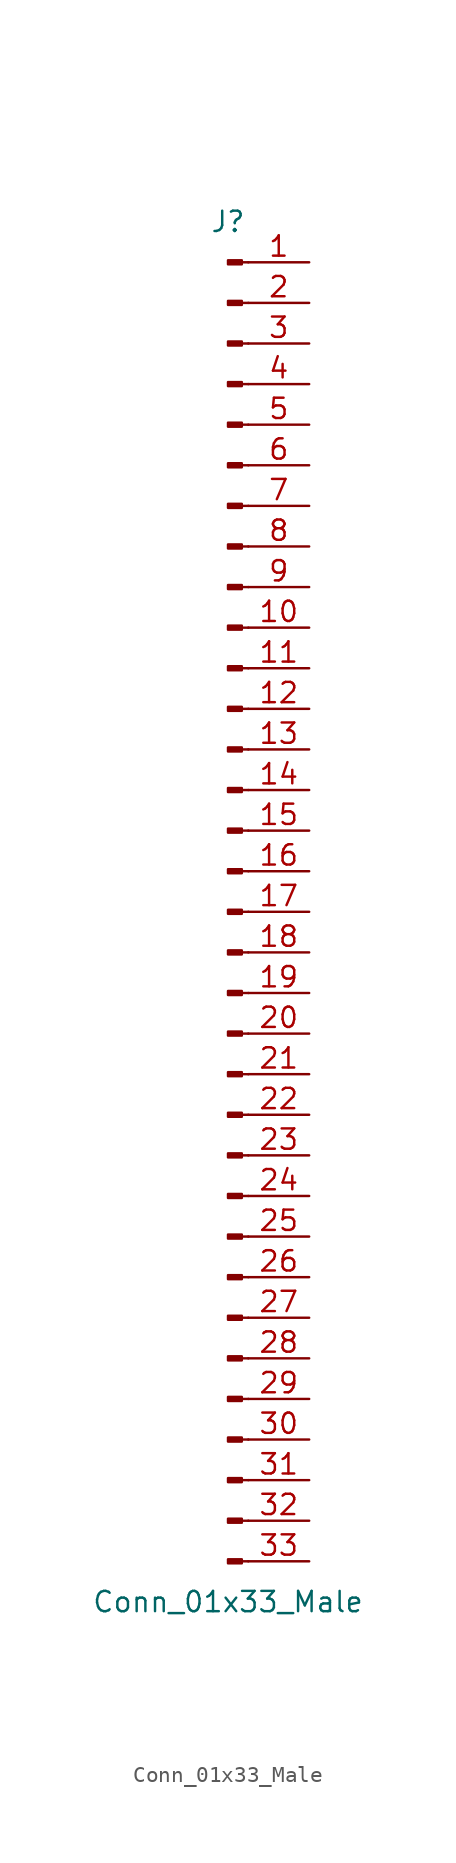
<source format=kicad_sym>
(kicad_symbol_lib
  (version 20220914)
  (generator kicad_symbol_editor)
  (symbol "Conn_01x33_Male"
    (pin_names
      (offset 1.016) hide)
    (property "Reference" "J"
      (at 0 43.18 0)
      (effects (font (size 1.27 1.27))))
    (property "Value" "Conn_01x33_Male"
      (at 0 -43.18 0)
      (effects (font (size 1.27 1.27))))
    (symbol "Conn_01x33_Male_1_1"
      (polyline (pts (xy 1.27 -40.64) (xy 0.864 -40.64)) (stroke (width 0.152) (type solid)) (fill (type none)))
      (polyline (pts (xy 1.27 -38.1) (xy 0.864 -38.1)) (stroke (width 0.152) (type solid)) (fill (type none)))
      (polyline (pts (xy 1.27 -35.56) (xy 0.864 -35.56)) (stroke (width 0.152) (type solid)) (fill (type none)))
      (polyline (pts (xy 1.27 -33.02) (xy 0.864 -33.02)) (stroke (width 0.152) (type solid)) (fill (type none)))
      (polyline (pts (xy 1.27 -30.48) (xy 0.864 -30.48)) (stroke (width 0.152) (type solid)) (fill (type none)))
      (polyline (pts (xy 1.27 -27.94) (xy 0.864 -27.94)) (stroke (width 0.152) (type solid)) (fill (type none)))
      (polyline (pts (xy 1.27 -25.4) (xy 0.864 -25.4)) (stroke (width 0.152) (type solid)) (fill (type none)))
      (polyline (pts (xy 1.27 -22.86) (xy 0.864 -22.86)) (stroke (width 0.152) (type solid)) (fill (type none)))
      (polyline (pts (xy 1.27 -20.32) (xy 0.864 -20.32)) (stroke (width 0.152) (type solid)) (fill (type none)))
      (polyline (pts (xy 1.27 -17.78) (xy 0.864 -17.78)) (stroke (width 0.152) (type solid)) (fill (type none)))
      (polyline (pts (xy 1.27 -15.24) (xy 0.864 -15.24)) (stroke (width 0.152) (type solid)) (fill (type none)))
      (polyline (pts (xy 1.27 -12.7) (xy 0.864 -12.7)) (stroke (width 0.152) (type solid)) (fill (type none)))
      (polyline (pts (xy 1.27 -10.16) (xy 0.864 -10.16)) (stroke (width 0.152) (type solid)) (fill (type none)))
      (polyline (pts (xy 1.27 -7.62) (xy 0.864 -7.62)) (stroke (width 0.152) (type solid)) (fill (type none)))
      (polyline (pts (xy 1.27 -5.08) (xy 0.864 -5.08)) (stroke (width 0.152) (type solid)) (fill (type none)))
      (polyline (pts (xy 1.27 -2.54) (xy 0.864 -2.54)) (stroke (width 0.152) (type solid)) (fill (type none)))
      (polyline (pts (xy 1.27 0) (xy 0.864 0)) (stroke (width 0.152) (type solid)) (fill (type none)))
      (polyline (pts (xy 1.27 2.54) (xy 0.864 2.54)) (stroke (width 0.152) (type solid)) (fill (type none)))
      (polyline (pts (xy 1.27 5.08) (xy 0.864 5.08)) (stroke (width 0.152) (type solid)) (fill (type none)))
      (polyline (pts (xy 1.27 7.62) (xy 0.864 7.62)) (stroke (width 0.152) (type solid)) (fill (type none)))
      (polyline (pts (xy 1.27 10.16) (xy 0.864 10.16)) (stroke (width 0.152) (type solid)) (fill (type none)))
      (polyline (pts (xy 1.27 12.7) (xy 0.864 12.7)) (stroke (width 0.152) (type solid)) (fill (type none)))
      (polyline (pts (xy 1.27 15.24) (xy 0.864 15.24)) (stroke (width 0.152) (type solid)) (fill (type none)))
      (polyline (pts (xy 1.27 17.78) (xy 0.864 17.78)) (stroke (width 0.152) (type solid)) (fill (type none)))
      (polyline (pts (xy 1.27 20.32) (xy 0.864 20.32)) (stroke (width 0.152) (type solid)) (fill (type none)))
      (polyline (pts (xy 1.27 22.86) (xy 0.864 22.86)) (stroke (width 0.152) (type solid)) (fill (type none)))
      (polyline (pts (xy 1.27 25.4) (xy 0.864 25.4)) (stroke (width 0.152) (type solid)) (fill (type none)))
      (polyline (pts (xy 1.27 27.94) (xy 0.864 27.94)) (stroke (width 0.152) (type solid)) (fill (type none)))
      (polyline (pts (xy 1.27 30.48) (xy 0.864 30.48)) (stroke (width 0.152) (type solid)) (fill (type none)))
      (polyline (pts (xy 1.27 33.02) (xy 0.864 33.02)) (stroke (width 0.152) (type solid)) (fill (type none)))
      (polyline (pts (xy 1.27 35.56) (xy 0.864 35.56)) (stroke (width 0.152) (type solid)) (fill (type none)))
      (polyline (pts (xy 1.27 38.1) (xy 0.864 38.1)) (stroke (width 0.152) (type solid)) (fill (type none)))
      (polyline (pts (xy 1.27 40.64) (xy 0.864 40.64)) (stroke (width 0.152) (type solid)) (fill (type none)))
      (rectangle (start 0.864 -40.513) (end 0 -40.767) (stroke (width 0.152) (type solid)) (fill (type outline)))
      (rectangle (start 0.864 -37.973) (end 0 -38.227) (stroke (width 0.152) (type solid)) (fill (type outline)))
      (rectangle (start 0.864 -35.433) (end 0 -35.687) (stroke (width 0.152) (type solid)) (fill (type outline)))
      (rectangle (start 0.864 -32.893) (end 0 -33.147) (stroke (width 0.152) (type solid)) (fill (type outline)))
      (rectangle (start 0.864 -30.353) (end 0 -30.607) (stroke (width 0.152) (type solid)) (fill (type outline)))
      (rectangle (start 0.864 -27.813) (end 0 -28.067) (stroke (width 0.152) (type solid)) (fill (type outline)))
      (rectangle (start 0.864 -25.273) (end 0 -25.527) (stroke (width 0.152) (type solid)) (fill (type outline)))
      (rectangle (start 0.864 -22.733) (end 0 -22.987) (stroke (width 0.152) (type solid)) (fill (type outline)))
      (rectangle (start 0.864 -20.193) (end 0 -20.447) (stroke (width 0.152) (type solid)) (fill (type outline)))
      (rectangle (start 0.864 -17.653) (end 0 -17.907) (stroke (width 0.152) (type solid)) (fill (type outline)))
      (rectangle (start 0.864 -15.113) (end 0 -15.367) (stroke (width 0.152) (type solid)) (fill (type outline)))
      (rectangle (start 0.864 -12.573) (end 0 -12.827) (stroke (width 0.152) (type solid)) (fill (type outline)))
      (rectangle (start 0.864 -10.033) (end 0 -10.287) (stroke (width 0.152) (type solid)) (fill (type outline)))
      (rectangle (start 0.864 -7.493) (end 0 -7.747) (stroke (width 0.152) (type solid)) (fill (type outline)))
      (rectangle (start 0.864 -4.953) (end 0 -5.207) (stroke (width 0.152) (type solid)) (fill (type outline)))
      (rectangle (start 0.864 -2.413) (end 0 -2.667) (stroke (width 0.152) (type solid)) (fill (type outline)))
      (rectangle (start 0.864 0.127) (end 0 -0.127) (stroke (width 0.152) (type solid)) (fill (type outline)))
      (rectangle (start 0.864 2.667) (end 0 2.413) (stroke (width 0.152) (type solid)) (fill (type outline)))
      (rectangle (start 0.864 5.207) (end 0 4.953) (stroke (width 0.152) (type solid)) (fill (type outline)))
      (rectangle (start 0.864 7.747) (end 0 7.493) (stroke (width 0.152) (type solid)) (fill (type outline)))
      (rectangle (start 0.864 10.287) (end 0 10.033) (stroke (width 0.152) (type solid)) (fill (type outline)))
      (rectangle (start 0.864 12.827) (end 0 12.573) (stroke (width 0.152) (type solid)) (fill (type outline)))
      (rectangle (start 0.864 15.367) (end 0 15.113) (stroke (width 0.152) (type solid)) (fill (type outline)))
      (rectangle (start 0.864 17.907) (end 0 17.653) (stroke (width 0.152) (type solid)) (fill (type outline)))
      (rectangle (start 0.864 20.447) (end 0 20.193) (stroke (width 0.152) (type solid)) (fill (type outline)))
      (rectangle (start 0.864 22.987) (end 0 22.733) (stroke (width 0.152) (type solid)) (fill (type outline)))
      (rectangle (start 0.864 25.527) (end 0 25.273) (stroke (width 0.152) (type solid)) (fill (type outline)))
      (rectangle (start 0.864 28.067) (end 0 27.813) (stroke (width 0.152) (type solid)) (fill (type outline)))
      (rectangle (start 0.864 30.607) (end 0 30.353) (stroke (width 0.152) (type solid)) (fill (type outline)))
      (rectangle (start 0.864 33.147) (end 0 32.893) (stroke (width 0.152) (type solid)) (fill (type outline)))
      (rectangle (start 0.864 35.687) (end 0 35.433) (stroke (width 0.152) (type solid)) (fill (type outline)))
      (rectangle (start 0.864 38.227) (end 0 37.973) (stroke (width 0.152) (type solid)) (fill (type outline)))
      (rectangle (start 0.864 40.767) (end 0 40.513) (stroke (width 0.152) (type solid)) (fill (type outline)))
      (pin passive line (at 5.08 40.64 180) (length 3.81) (name "Pin_1" (effects (font (size 1.27 1.27)))) (number "1" (effects (font (size 1.27 1.27)))))
      (pin passive line (at 5.08 17.78 180) (length 3.81) (name "Pin_10" (effects (font (size 1.27 1.27)))) (number "10" (effects (font (size 1.27 1.27)))))
      (pin passive line (at 5.08 15.24 180) (length 3.81) (name "Pin_11" (effects (font (size 1.27 1.27)))) (number "11" (effects (font (size 1.27 1.27)))))
      (pin passive line (at 5.08 12.7 180) (length 3.81) (name "Pin_12" (effects (font (size 1.27 1.27)))) (number "12" (effects (font (size 1.27 1.27)))))
      (pin passive line (at 5.08 10.16 180) (length 3.81) (name "Pin_13" (effects (font (size 1.27 1.27)))) (number "13" (effects (font (size 1.27 1.27)))))
      (pin passive line (at 5.08 7.62 180) (length 3.81) (name "Pin_14" (effects (font (size 1.27 1.27)))) (number "14" (effects (font (size 1.27 1.27)))))
      (pin passive line (at 5.08 5.08 180) (length 3.81) (name "Pin_15" (effects (font (size 1.27 1.27)))) (number "15" (effects (font (size 1.27 1.27)))))
      (pin passive line (at 5.08 2.54 180) (length 3.81) (name "Pin_16" (effects (font (size 1.27 1.27)))) (number "16" (effects (font (size 1.27 1.27)))))
      (pin passive line (at 5.08 0 180) (length 3.81) (name "Pin_17" (effects (font (size 1.27 1.27)))) (number "17" (effects (font (size 1.27 1.27)))))
      (pin passive line (at 5.08 -2.54 180) (length 3.81) (name "Pin_18" (effects (font (size 1.27 1.27)))) (number "18" (effects (font (size 1.27 1.27)))))
      (pin passive line (at 5.08 -5.08 180) (length 3.81) (name "Pin_19" (effects (font (size 1.27 1.27)))) (number "19" (effects (font (size 1.27 1.27)))))
      (pin passive line (at 5.08 38.1 180) (length 3.81) (name "Pin_2" (effects (font (size 1.27 1.27)))) (number "2" (effects (font (size 1.27 1.27)))))
      (pin passive line (at 5.08 -7.62 180) (length 3.81) (name "Pin_20" (effects (font (size 1.27 1.27)))) (number "20" (effects (font (size 1.27 1.27)))))
      (pin passive line (at 5.08 -10.16 180) (length 3.81) (name "Pin_21" (effects (font (size 1.27 1.27)))) (number "21" (effects (font (size 1.27 1.27)))))
      (pin passive line (at 5.08 -12.7 180) (length 3.81) (name "Pin_22" (effects (font (size 1.27 1.27)))) (number "22" (effects (font (size 1.27 1.27)))))
      (pin passive line (at 5.08 -15.24 180) (length 3.81) (name "Pin_23" (effects (font (size 1.27 1.27)))) (number "23" (effects (font (size 1.27 1.27)))))
      (pin passive line (at 5.08 -17.78 180) (length 3.81) (name "Pin_24" (effects (font (size 1.27 1.27)))) (number "24" (effects (font (size 1.27 1.27)))))
      (pin passive line (at 5.08 -20.32 180) (length 3.81) (name "Pin_25" (effects (font (size 1.27 1.27)))) (number "25" (effects (font (size 1.27 1.27)))))
      (pin passive line (at 5.08 -22.86 180) (length 3.81) (name "Pin_26" (effects (font (size 1.27 1.27)))) (number "26" (effects (font (size 1.27 1.27)))))
      (pin passive line (at 5.08 -25.4 180) (length 3.81) (name "Pin_27" (effects (font (size 1.27 1.27)))) (number "27" (effects (font (size 1.27 1.27)))))
      (pin passive line (at 5.08 -27.94 180) (length 3.81) (name "Pin_28" (effects (font (size 1.27 1.27)))) (number "28" (effects (font (size 1.27 1.27)))))
      (pin passive line (at 5.08 -30.48 180) (length 3.81) (name "Pin_29" (effects (font (size 1.27 1.27)))) (number "29" (effects (font (size 1.27 1.27)))))
      (pin passive line (at 5.08 35.56 180) (length 3.81) (name "Pin_3" (effects (font (size 1.27 1.27)))) (number "3" (effects (font (size 1.27 1.27)))))
      (pin passive line (at 5.08 -33.02 180) (length 3.81) (name "Pin_30" (effects (font (size 1.27 1.27)))) (number "30" (effects (font (size 1.27 1.27)))))
      (pin passive line (at 5.08 -35.56 180) (length 3.81) (name "Pin_31" (effects (font (size 1.27 1.27)))) (number "31" (effects (font (size 1.27 1.27)))))
      (pin passive line (at 5.08 -38.1 180) (length 3.81) (name "Pin_32" (effects (font (size 1.27 1.27)))) (number "32" (effects (font (size 1.27 1.27)))))
      (pin passive line (at 5.08 -40.64 180) (length 3.81) (name "Pin_33" (effects (font (size 1.27 1.27)))) (number "33" (effects (font (size 1.27 1.27)))))
      (pin passive line (at 5.08 33.02 180) (length 3.81) (name "Pin_4" (effects (font (size 1.27 1.27)))) (number "4" (effects (font (size 1.27 1.27)))))
      (pin passive line (at 5.08 30.48 180) (length 3.81) (name "Pin_5" (effects (font (size 1.27 1.27)))) (number "5" (effects (font (size 1.27 1.27)))))
      (pin passive line (at 5.08 27.94 180) (length 3.81) (name "Pin_6" (effects (font (size 1.27 1.27)))) (number "6" (effects (font (size 1.27 1.27)))))
      (pin passive line (at 5.08 25.4 180) (length 3.81) (name "Pin_7" (effects (font (size 1.27 1.27)))) (number "7" (effects (font (size 1.27 1.27)))))
      (pin passive line (at 5.08 22.86 180) (length 3.81) (name "Pin_8" (effects (font (size 1.27 1.27)))) (number "8" (effects (font (size 1.27 1.27)))))
      (pin passive line (at 5.08 20.32 180) (length 3.81) (name "Pin_9" (effects (font (size 1.27 1.27)))) (number "9" (effects (font (size 1.27 1.27))))))))
</source>
